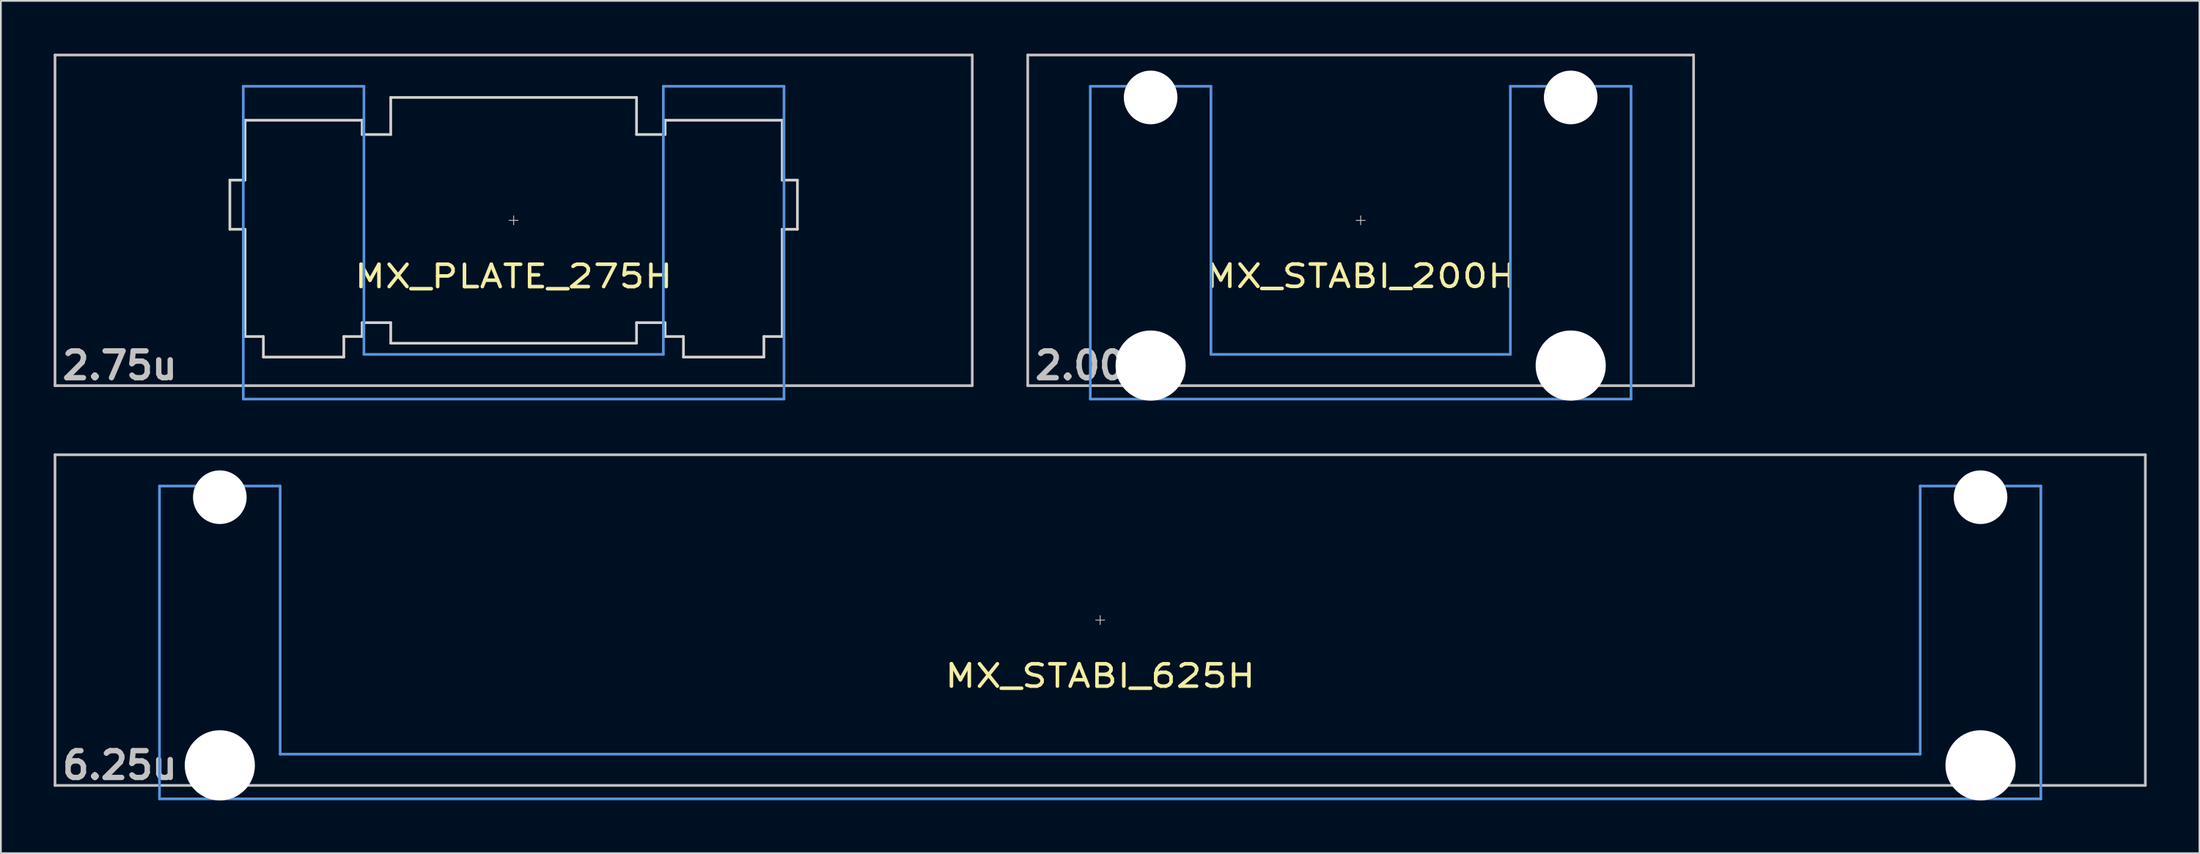
<source format=kicad_pcb>
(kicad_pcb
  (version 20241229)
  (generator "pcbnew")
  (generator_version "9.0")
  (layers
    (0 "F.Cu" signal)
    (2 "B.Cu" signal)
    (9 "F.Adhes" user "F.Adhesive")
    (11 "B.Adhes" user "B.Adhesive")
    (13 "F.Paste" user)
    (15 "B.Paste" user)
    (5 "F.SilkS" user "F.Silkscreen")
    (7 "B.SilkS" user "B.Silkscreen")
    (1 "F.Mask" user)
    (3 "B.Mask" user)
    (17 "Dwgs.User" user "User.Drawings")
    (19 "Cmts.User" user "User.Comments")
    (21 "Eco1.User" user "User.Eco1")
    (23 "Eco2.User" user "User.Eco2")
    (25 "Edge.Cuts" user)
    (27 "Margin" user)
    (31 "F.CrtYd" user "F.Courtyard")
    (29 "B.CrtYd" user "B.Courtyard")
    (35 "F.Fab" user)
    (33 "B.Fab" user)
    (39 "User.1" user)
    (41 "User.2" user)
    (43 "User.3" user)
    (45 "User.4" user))
  (footprint "MX_STABI_200H"
    (layer "F.Cu")
    (at 74.288 9.474)
    (property "Reference" "MX_STABI_200H" (at 0 3.175 0) (layer "F.SilkS") (effects (font (size 1.27 1.524) (thickness 0.203))))
    (attr through_hole)
    (fp_line (start -18.923 -9.398) (end 18.923 -9.398) (stroke (width 0.152) (type solid)) (layer "Dwgs.User"))
    (fp_line (start -18.923 9.398) (end -18.923 -9.398) (stroke (width 0.152) (type solid)) (layer "Dwgs.User"))
    (fp_line (start -0.254 0) (end 0.254 0) (stroke (width 0.05) (type solid)) (layer "Dwgs.User"))
    (fp_line (start 0 -0.254) (end 0 0.254) (stroke (width 0.05) (type solid)) (layer "Dwgs.User"))
    (fp_line (start 18.923 -9.398) (end 18.923 9.398) (stroke (width 0.152) (type solid)) (layer "Dwgs.User"))
    (fp_line (start 18.923 9.398) (end -18.923 9.398) (stroke (width 0.152) (type solid)) (layer "Dwgs.User"))
    (fp_line (start -15.367 -7.62) (end -15.367 10.16) (stroke (width 0.152) (type solid)) (layer "Cmts.User"))
    (fp_line (start -15.367 10.16) (end 15.367 10.16) (stroke (width 0.152) (type solid)) (layer "Cmts.User"))
    (fp_line (start -8.509 -7.62) (end -15.367 -7.62) (stroke (width 0.152) (type solid)) (layer "Cmts.User"))
    (fp_line (start -8.509 7.62) (end -8.509 -7.62) (stroke (width 0.152) (type solid)) (layer "Cmts.User"))
    (fp_line (start 8.509 -7.62) (end 8.509 7.62) (stroke (width 0.152) (type solid)) (layer "Cmts.User"))
    (fp_line (start 8.509 7.62) (end -8.509 7.62) (stroke (width 0.152) (type solid)) (layer "Cmts.User"))
    (fp_line (start 15.367 -7.62) (end 8.509 -7.62) (stroke (width 0.152) (type solid)) (layer "Cmts.User"))
    (fp_line (start 15.367 10.16) (end 15.367 -7.62) (stroke (width 0.152) (type solid)) (layer "Cmts.User"))
    (fp_line (start -16.129 -2.286) (end -15.265 -2.286) (stroke (width 0.152) (type solid)) (layer "Eco2.User"))
    (fp_line (start -16.129 0.508) (end -16.129 -2.286) (stroke (width 0.152) (type solid)) (layer "Eco2.User"))
    (fp_line (start -15.265 -5.69) (end -8.611 -5.69) (stroke (width 0.152) (type solid)) (layer "Eco2.User"))
    (fp_line (start -15.265 -2.286) (end -15.265 -5.69) (stroke (width 0.152) (type solid)) (layer "Eco2.User"))
    (fp_line (start -15.265 0.508) (end -16.129 0.508) (stroke (width 0.152) (type solid)) (layer "Eco2.User"))
    (fp_line (start -15.265 6.604) (end -15.265 0.508) (stroke (width 0.152) (type solid)) (layer "Eco2.User"))
    (fp_line (start -14.224 6.604) (end -15.265 6.604) (stroke (width 0.152) (type solid)) (layer "Eco2.User"))
    (fp_line (start -14.224 7.772) (end -14.224 6.604) (stroke (width 0.152) (type solid)) (layer "Eco2.User"))
    (fp_line (start -9.652 6.604) (end -9.652 7.772) (stroke (width 0.152) (type solid)) (layer "Eco2.User"))
    (fp_line (start -9.652 7.772) (end -14.224 7.772) (stroke (width 0.152) (type solid)) (layer "Eco2.User"))
    (fp_line (start -8.611 -5.69) (end -8.611 -4.877) (stroke (width 0.152) (type solid)) (layer "Eco2.User"))
    (fp_line (start -8.611 -4.877) (end -6.985 -4.877) (stroke (width 0.152) (type solid)) (layer "Eco2.User"))
    (fp_line (start -8.611 5.817) (end -8.611 6.604) (stroke (width 0.152) (type solid)) (layer "Eco2.User"))
    (fp_line (start -8.611 6.604) (end -9.652 6.604) (stroke (width 0.152) (type solid)) (layer "Eco2.User"))
    (fp_line (start -6.985 -6.985) (end 6.985 -6.985) (stroke (width 0.152) (type solid)) (layer "Eco2.User"))
    (fp_line (start -6.985 -4.877) (end -6.985 -6.985) (stroke (width 0.152) (type solid)) (layer "Eco2.User"))
    (fp_line (start -6.985 5.817) (end -8.611 5.817) (stroke (width 0.152) (type solid)) (layer "Eco2.User"))
    (fp_line (start -6.985 6.985) (end -6.985 5.817) (stroke (width 0.152) (type solid)) (layer "Eco2.User"))
    (fp_line (start 6.985 -6.985) (end 6.985 -4.877) (stroke (width 0.152) (type solid)) (layer "Eco2.User"))
    (fp_line (start 6.985 -4.877) (end 8.611 -4.877) (stroke (width 0.152) (type solid)) (layer "Eco2.User"))
    (fp_line (start 6.985 5.817) (end 6.985 6.985) (stroke (width 0.152) (type solid)) (layer "Eco2.User"))
    (fp_line (start 6.985 6.985) (end -6.985 6.985) (stroke (width 0.152) (type solid)) (layer "Eco2.User"))
    (fp_line (start 8.611 -5.69) (end 15.265 -5.69) (stroke (width 0.152) (type solid)) (layer "Eco2.User"))
    (fp_line (start 8.611 -4.877) (end 8.611 -5.69) (stroke (width 0.152) (type solid)) (layer "Eco2.User"))
    (fp_line (start 8.611 5.817) (end 6.985 5.817) (stroke (width 0.152) (type solid)) (layer "Eco2.User"))
    (fp_line (start 8.611 6.604) (end 8.611 5.817) (stroke (width 0.152) (type solid)) (layer "Eco2.User"))
    (fp_line (start 9.652 6.604) (end 8.611 6.604) (stroke (width 0.152) (type solid)) (layer "Eco2.User"))
    (fp_line (start 9.652 7.772) (end 9.652 6.604) (stroke (width 0.152) (type solid)) (layer "Eco2.User"))
    (fp_line (start 14.224 6.604) (end 14.224 7.772) (stroke (width 0.152) (type solid)) (layer "Eco2.User"))
    (fp_line (start 14.224 7.772) (end 9.652 7.772) (stroke (width 0.152) (type solid)) (layer "Eco2.User"))
    (fp_line (start 15.265 -5.69) (end 15.265 -2.286) (stroke (width 0.152) (type solid)) (layer "Eco2.User"))
    (fp_line (start 15.265 -2.286) (end 16.129 -2.286) (stroke (width 0.152) (type solid)) (layer "Eco2.User"))
    (fp_line (start 15.265 0.508) (end 15.265 6.604) (stroke (width 0.152) (type solid)) (layer "Eco2.User"))
    (fp_line (start 15.265 6.604) (end 14.224 6.604) (stroke (width 0.152) (type solid)) (layer "Eco2.User"))
    (fp_line (start 16.129 -2.286) (end 16.129 0.508) (stroke (width 0.152) (type solid)) (layer "Eco2.User"))
    (fp_line (start 16.129 0.508) (end 15.265 0.508) (stroke (width 0.152) (type solid)) (layer "Eco2.User"))
    (fp_text user "2.00u" (at -15.24 8.255 0) (layer "Dwgs.User") (effects (font (size 1.524 1.524) (thickness 0.305))))
    (pad "" np_thru_hole circle (at -11.938 -6.985) (size 3.048 3.048) (drill 3.048) (layers "*.Cu"))
    (pad "" np_thru_hole circle (at -11.938 8.255) (size 3.988 3.988) (drill 3.988) (layers "*.Cu"))
    (pad "" np_thru_hole circle (at 11.938 -6.985) (size 3.048 3.048) (drill 3.048) (layers "*.Cu"))
    (pad "" np_thru_hole circle (at 11.938 8.255) (size 3.988 3.988) (drill 3.988) (layers "*.Cu")))
  (footprint "MX_STABI_625H"
    (layer "F.Cu")
    (at 59.482 32.197)
    (property "Reference" "MX_STABI_625H" (at 0 3.175 0) (layer "F.SilkS") (effects (font (size 1.27 1.524) (thickness 0.203))))
    (attr through_hole)
    (fp_line (start -59.406 -9.398) (end 59.406 -9.398) (stroke (width 0.152) (type solid)) (layer "Dwgs.User"))
    (fp_line (start -59.406 9.398) (end -59.406 -9.398) (stroke (width 0.152) (type solid)) (layer "Dwgs.User"))
    (fp_line (start -0.254 0) (end 0.254 0) (stroke (width 0.05) (type solid)) (layer "Dwgs.User"))
    (fp_line (start 0 -0.254) (end 0 0.254) (stroke (width 0.05) (type solid)) (layer "Dwgs.User"))
    (fp_line (start 59.406 -9.398) (end 59.406 9.398) (stroke (width 0.152) (type solid)) (layer "Dwgs.User"))
    (fp_line (start 59.406 9.398) (end -59.406 9.398) (stroke (width 0.152) (type solid)) (layer "Dwgs.User"))
    (fp_line (start -53.467 -7.62) (end -53.467 10.16) (stroke (width 0.152) (type solid)) (layer "Cmts.User"))
    (fp_line (start -53.467 10.16) (end 53.467 10.16) (stroke (width 0.152) (type solid)) (layer "Cmts.User"))
    (fp_line (start -46.609 -7.62) (end -53.467 -7.62) (stroke (width 0.152) (type solid)) (layer "Cmts.User"))
    (fp_line (start -46.609 7.62) (end -46.609 -7.62) (stroke (width 0.152) (type solid)) (layer "Cmts.User"))
    (fp_line (start 46.609 -7.62) (end 46.609 7.62) (stroke (width 0.152) (type solid)) (layer "Cmts.User"))
    (fp_line (start 46.609 7.62) (end -46.609 7.62) (stroke (width 0.152) (type solid)) (layer "Cmts.User"))
    (fp_line (start 53.467 -7.62) (end 46.609 -7.62) (stroke (width 0.152) (type solid)) (layer "Cmts.User"))
    (fp_line (start 53.467 10.16) (end 53.467 -7.62) (stroke (width 0.152) (type solid)) (layer "Cmts.User"))
    (fp_line (start -54.229 -2.286) (end -53.365 -2.286) (stroke (width 0.152) (type solid)) (layer "Eco2.User"))
    (fp_line (start -54.229 0.508) (end -54.229 -2.286) (stroke (width 0.152) (type solid)) (layer "Eco2.User"))
    (fp_line (start -53.365 -5.69) (end -46.711 -5.69) (stroke (width 0.152) (type solid)) (layer "Eco2.User"))
    (fp_line (start -53.365 -2.286) (end -53.365 -5.69) (stroke (width 0.152) (type solid)) (layer "Eco2.User"))
    (fp_line (start -53.365 0.508) (end -54.229 0.508) (stroke (width 0.152) (type solid)) (layer "Eco2.User"))
    (fp_line (start -53.365 6.604) (end -53.365 0.508) (stroke (width 0.152) (type solid)) (layer "Eco2.User"))
    (fp_line (start -52.324 6.604) (end -53.365 6.604) (stroke (width 0.152) (type solid)) (layer "Eco2.User"))
    (fp_line (start -52.324 7.772) (end -52.324 6.604) (stroke (width 0.152) (type solid)) (layer "Eco2.User"))
    (fp_line (start -47.752 6.604) (end -47.752 7.772) (stroke (width 0.152) (type solid)) (layer "Eco2.User"))
    (fp_line (start -47.752 7.772) (end -52.324 7.772) (stroke (width 0.152) (type solid)) (layer "Eco2.User"))
    (fp_line (start -46.711 -5.69) (end -46.711 -2.286) (stroke (width 0.152) (type solid)) (layer "Eco2.User"))
    (fp_line (start -46.711 -2.286) (end -6.985 -2.286) (stroke (width 0.152) (type solid)) (layer "Eco2.User"))
    (fp_line (start -46.711 2.286) (end -46.711 6.604) (stroke (width 0.152) (type solid)) (layer "Eco2.User"))
    (fp_line (start -46.711 6.604) (end -47.752 6.604) (stroke (width 0.152) (type solid)) (layer "Eco2.User"))
    (fp_line (start -6.985 -6.985) (end 6.985 -6.985) (stroke (width 0.152) (type solid)) (layer "Eco2.User"))
    (fp_line (start -6.985 -2.286) (end -6.985 -6.985) (stroke (width 0.152) (type solid)) (layer "Eco2.User"))
    (fp_line (start -6.985 2.286) (end -46.711 2.286) (stroke (width 0.152) (type solid)) (layer "Eco2.User"))
    (fp_line (start -6.985 6.985) (end -6.985 2.286) (stroke (width 0.152) (type solid)) (layer "Eco2.User"))
    (fp_line (start 6.985 -6.985) (end 6.985 -2.286) (stroke (width 0.152) (type solid)) (layer "Eco2.User"))
    (fp_line (start 6.985 -2.286) (end 46.711 -2.286) (stroke (width 0.152) (type solid)) (layer "Eco2.User"))
    (fp_line (start 6.985 2.286) (end 6.985 6.985) (stroke (width 0.152) (type solid)) (layer "Eco2.User"))
    (fp_line (start 6.985 6.985) (end -6.985 6.985) (stroke (width 0.152) (type solid)) (layer "Eco2.User"))
    (fp_line (start 46.711 -5.69) (end 53.365 -5.69) (stroke (width 0.152) (type solid)) (layer "Eco2.User"))
    (fp_line (start 46.711 -2.286) (end 46.711 -5.69) (stroke (width 0.152) (type solid)) (layer "Eco2.User"))
    (fp_line (start 46.711 2.286) (end 6.985 2.286) (stroke (width 0.152) (type solid)) (layer "Eco2.User"))
    (fp_line (start 46.711 6.604) (end 46.711 2.286) (stroke (width 0.152) (type solid)) (layer "Eco2.User"))
    (fp_line (start 47.752 6.604) (end 46.711 6.604) (stroke (width 0.152) (type solid)) (layer "Eco2.User"))
    (fp_line (start 47.752 7.772) (end 47.752 6.604) (stroke (width 0.152) (type solid)) (layer "Eco2.User"))
    (fp_line (start 52.324 6.604) (end 52.324 7.772) (stroke (width 0.152) (type solid)) (layer "Eco2.User"))
    (fp_line (start 52.324 7.772) (end 47.752 7.772) (stroke (width 0.152) (type solid)) (layer "Eco2.User"))
    (fp_line (start 53.365 -5.69) (end 53.365 -2.286) (stroke (width 0.152) (type solid)) (layer "Eco2.User"))
    (fp_line (start 53.365 -2.286) (end 54.229 -2.286) (stroke (width 0.152) (type solid)) (layer "Eco2.User"))
    (fp_line (start 53.365 0.508) (end 53.365 6.604) (stroke (width 0.152) (type solid)) (layer "Eco2.User"))
    (fp_line (start 53.365 6.604) (end 52.324 6.604) (stroke (width 0.152) (type solid)) (layer "Eco2.User"))
    (fp_line (start 54.229 -2.286) (end 54.229 0.508) (stroke (width 0.152) (type solid)) (layer "Eco2.User"))
    (fp_line (start 54.229 0.508) (end 53.365 0.508) (stroke (width 0.152) (type solid)) (layer "Eco2.User"))
    (fp_text user "6.25u" (at -55.723 8.255 0) (layer "Dwgs.User") (effects (font (size 1.524 1.524) (thickness 0.305))))
    (pad "" np_thru_hole circle (at -50.038 -6.985) (size 3.048 3.048) (drill 3.048) (layers "*.Cu"))
    (pad "" np_thru_hole circle (at -50.038 8.255) (size 3.988 3.988) (drill 3.988) (layers "*.Cu"))
    (pad "" np_thru_hole circle (at 50.038 -6.985) (size 3.048 3.048) (drill 3.048) (layers "*.Cu"))
    (pad "" np_thru_hole circle (at 50.038 8.255) (size 3.988 3.988) (drill 3.988) (layers "*.Cu")))
  (footprint "MX_PLATE_275H"
    (layer "F.Cu")
    (at 26.144 9.474)
    (property "Reference" "MX_PLATE_275H" (at 0 3.188 0) (layer "F.SilkS") (effects (font (size 1.27 1.524) (thickness 0.203))))
    (attr through_hole)
    (fp_line (start -26.068 -9.398) (end 26.068 -9.398) (stroke (width 0.152) (type solid)) (layer "Dwgs.User"))
    (fp_line (start -26.068 9.398) (end -26.068 -9.398) (stroke (width 0.152) (type solid)) (layer "Dwgs.User"))
    (fp_line (start -0.254 0) (end 0.254 0) (stroke (width 0.05) (type solid)) (layer "Dwgs.User"))
    (fp_line (start 0 -0.254) (end 0 0.254) (stroke (width 0.05) (type solid)) (layer "Dwgs.User"))
    (fp_line (start 26.068 -9.398) (end 26.068 9.398) (stroke (width 0.152) (type solid)) (layer "Dwgs.User"))
    (fp_line (start 26.068 9.398) (end -26.068 9.398) (stroke (width 0.152) (type solid)) (layer "Dwgs.User"))
    (fp_line (start -15.367 -7.62) (end -15.367 10.16) (stroke (width 0.152) (type solid)) (layer "Cmts.User"))
    (fp_line (start -15.367 10.16) (end 15.367 10.16) (stroke (width 0.152) (type solid)) (layer "Cmts.User"))
    (fp_line (start -8.509 -7.62) (end -15.367 -7.62) (stroke (width 0.152) (type solid)) (layer "Cmts.User"))
    (fp_line (start -8.509 7.62) (end -8.509 -7.62) (stroke (width 0.152) (type solid)) (layer "Cmts.User"))
    (fp_line (start 8.509 -7.62) (end 8.509 7.62) (stroke (width 0.152) (type solid)) (layer "Cmts.User"))
    (fp_line (start 8.509 7.62) (end -8.509 7.62) (stroke (width 0.152) (type solid)) (layer "Cmts.User"))
    (fp_line (start 15.367 -7.62) (end 8.509 -7.62) (stroke (width 0.152) (type solid)) (layer "Cmts.User"))
    (fp_line (start 15.367 10.16) (end 15.367 -7.62) (stroke (width 0.152) (type solid)) (layer "Cmts.User"))
    (fp_line (start -16.129 -2.286) (end -15.265 -2.286) (stroke (width 0.152) (type solid)) (layer "Edge.Cuts"))
    (fp_line (start -16.129 0.508) (end -16.129 -2.286) (stroke (width 0.152) (type solid)) (layer "Edge.Cuts"))
    (fp_line (start -15.265 -5.69) (end -8.611 -5.69) (stroke (width 0.152) (type solid)) (layer "Edge.Cuts"))
    (fp_line (start -15.265 -2.286) (end -15.265 -5.69) (stroke (width 0.152) (type solid)) (layer "Edge.Cuts"))
    (fp_line (start -15.265 0.508) (end -16.129 0.508) (stroke (width 0.152) (type solid)) (layer "Edge.Cuts"))
    (fp_line (start -15.265 6.604) (end -15.265 0.508) (stroke (width 0.152) (type solid)) (layer "Edge.Cuts"))
    (fp_line (start -14.224 6.604) (end -15.265 6.604) (stroke (width 0.152) (type solid)) (layer "Edge.Cuts"))
    (fp_line (start -14.224 7.772) (end -14.224 6.604) (stroke (width 0.152) (type solid)) (layer "Edge.Cuts"))
    (fp_line (start -9.652 6.604) (end -9.652 7.772) (stroke (width 0.152) (type solid)) (layer "Edge.Cuts"))
    (fp_line (start -9.652 7.772) (end -14.224 7.772) (stroke (width 0.152) (type solid)) (layer "Edge.Cuts"))
    (fp_line (start -8.611 -5.69) (end -8.611 -4.877) (stroke (width 0.152) (type solid)) (layer "Edge.Cuts"))
    (fp_line (start -8.611 -4.877) (end -6.985 -4.877) (stroke (width 0.152) (type solid)) (layer "Edge.Cuts"))
    (fp_line (start -8.611 5.817) (end -8.611 6.604) (stroke (width 0.152) (type solid)) (layer "Edge.Cuts"))
    (fp_line (start -8.611 6.604) (end -9.652 6.604) (stroke (width 0.152) (type solid)) (layer "Edge.Cuts"))
    (fp_line (start -6.985 -6.985) (end 6.985 -6.985) (stroke (width 0.152) (type solid)) (layer "Edge.Cuts"))
    (fp_line (start -6.985 -4.877) (end -6.985 -6.985) (stroke (width 0.152) (type solid)) (layer "Edge.Cuts"))
    (fp_line (start -6.985 5.817) (end -8.611 5.817) (stroke (width 0.152) (type solid)) (layer "Edge.Cuts"))
    (fp_line (start -6.985 6.985) (end -6.985 5.817) (stroke (width 0.152) (type solid)) (layer "Edge.Cuts"))
    (fp_line (start 6.985 -6.985) (end 6.985 -4.877) (stroke (width 0.152) (type solid)) (layer "Edge.Cuts"))
    (fp_line (start 6.985 -4.877) (end 8.611 -4.877) (stroke (width 0.152) (type solid)) (layer "Edge.Cuts"))
    (fp_line (start 6.985 5.817) (end 6.985 6.985) (stroke (width 0.152) (type solid)) (layer "Edge.Cuts"))
    (fp_line (start 6.985 6.985) (end -6.985 6.985) (stroke (width 0.152) (type solid)) (layer "Edge.Cuts"))
    (fp_line (start 8.611 -5.69) (end 15.265 -5.69) (stroke (width 0.152) (type solid)) (layer "Edge.Cuts"))
    (fp_line (start 8.611 -4.877) (end 8.611 -5.69) (stroke (width 0.152) (type solid)) (layer "Edge.Cuts"))
    (fp_line (start 8.611 5.817) (end 6.985 5.817) (stroke (width 0.152) (type solid)) (layer "Edge.Cuts"))
    (fp_line (start 8.611 6.604) (end 8.611 5.817) (stroke (width 0.152) (type solid)) (layer "Edge.Cuts"))
    (fp_line (start 9.652 6.604) (end 8.611 6.604) (stroke (width 0.152) (type solid)) (layer "Edge.Cuts"))
    (fp_line (start 9.652 7.772) (end 9.652 6.604) (stroke (width 0.152) (type solid)) (layer "Edge.Cuts"))
    (fp_line (start 14.224 6.604) (end 14.224 7.772) (stroke (width 0.152) (type solid)) (layer "Edge.Cuts"))
    (fp_line (start 14.224 7.772) (end 9.652 7.772) (stroke (width 0.152) (type solid)) (layer "Edge.Cuts"))
    (fp_line (start 15.265 -5.69) (end 15.265 -2.286) (stroke (width 0.152) (type solid)) (layer "Edge.Cuts"))
    (fp_line (start 15.265 -2.286) (end 16.129 -2.286) (stroke (width 0.152) (type solid)) (layer "Edge.Cuts"))
    (fp_line (start 15.265 0.508) (end 15.265 6.604) (stroke (width 0.152) (type solid)) (layer "Edge.Cuts"))
    (fp_line (start 15.265 6.604) (end 14.224 6.604) (stroke (width 0.152) (type solid)) (layer "Edge.Cuts"))
    (fp_line (start 16.129 -2.286) (end 16.129 0.508) (stroke (width 0.152) (type solid)) (layer "Edge.Cuts"))
    (fp_line (start 16.129 0.508) (end 15.265 0.508) (stroke (width 0.152) (type solid)) (layer "Edge.Cuts"))
    (fp_text user "2.75u" (at -22.385 8.255 0) (layer "Dwgs.User") (effects (font (size 1.524 1.524) (thickness 0.305)))))
  (gr_rect
    (start -3 -3)
    (end 121.963 45.446)
    (stroke (width 0.1) (type default))
    (fill no)
    (layer "Edge.Cuts")))
</source>
